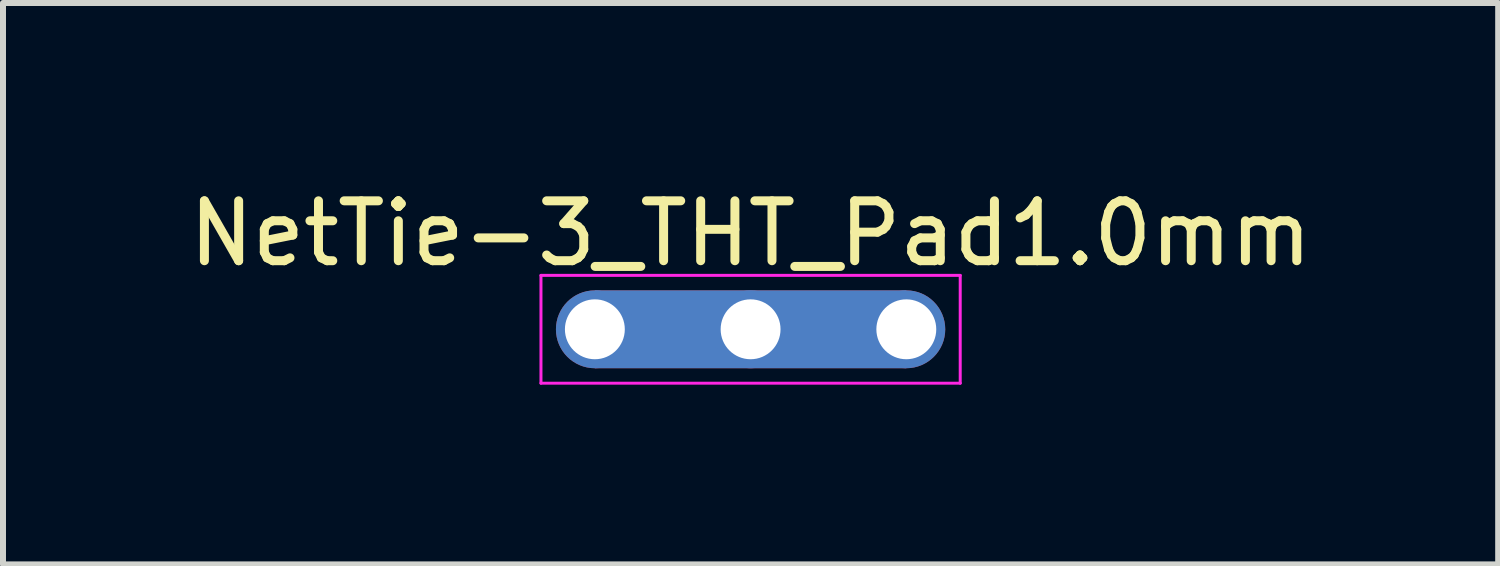
<source format=kicad_pcb>
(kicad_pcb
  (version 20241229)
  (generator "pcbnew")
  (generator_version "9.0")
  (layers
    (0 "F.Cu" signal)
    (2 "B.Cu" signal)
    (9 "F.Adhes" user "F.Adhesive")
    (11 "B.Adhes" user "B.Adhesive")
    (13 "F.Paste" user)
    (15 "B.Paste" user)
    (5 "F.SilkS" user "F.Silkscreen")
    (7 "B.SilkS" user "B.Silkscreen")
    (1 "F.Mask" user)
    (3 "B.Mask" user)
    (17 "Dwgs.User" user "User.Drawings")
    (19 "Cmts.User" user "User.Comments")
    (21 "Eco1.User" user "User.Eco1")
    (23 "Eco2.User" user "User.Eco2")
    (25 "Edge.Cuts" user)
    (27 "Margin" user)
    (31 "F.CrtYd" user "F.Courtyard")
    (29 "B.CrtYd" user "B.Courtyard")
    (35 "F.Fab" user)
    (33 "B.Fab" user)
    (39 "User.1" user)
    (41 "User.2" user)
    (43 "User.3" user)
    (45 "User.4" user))
  (footprint "NetTie-3_THT_Pad1.0mm"
    (layer "F.Cu")
    (at 6.882 2.448)
    (property "Reference" "NetTie-3_THT_Pad1.0mm" (at 2.6 -1.6 0) (layer "F.SilkS") (effects (font (size 1 1) (thickness 0.15))))
    (attr exclude_from_pos_files exclude_from_bom)
    (fp_poly (pts (xy 0 -0.65) (xy 5.2 -0.65) (xy 5.2 0.65) (xy 0 0.65)) (stroke (width 0) (type solid)) (fill yes) (layer "F.Cu"))
    (fp_poly (pts (xy 0 -0.65) (xy 5.2 -0.65) (xy 5.2 0.65) (xy 0 0.65)) (stroke (width 0) (type solid)) (fill yes) (layer "B.Cu"))
    (fp_line (start -0.9 -0.9) (end 6.1 -0.9) (stroke (width 0.05) (type solid)) (layer "F.CrtYd"))
    (fp_line (start -0.9 0.9) (end -0.9 -0.9) (stroke (width 0.05) (type solid)) (layer "F.CrtYd"))
    (fp_line (start 6.1 -0.9) (end 6.1 0.9) (stroke (width 0.05) (type solid)) (layer "F.CrtYd"))
    (fp_line (start 6.1 0.9) (end -0.9 0.9) (stroke (width 0.05) (type solid)) (layer "F.CrtYd"))
    (pad "1" thru_hole circle (at 0 0) (size 1.3 1.3) (drill 1) (layers "*.Cu"))
    (pad "2" thru_hole circle (at 2.6 0) (size 1.3 1.3) (drill 1) (layers "*.Cu"))
    (pad "3" thru_hole circle (at 5.2 0) (size 1.3 1.3) (drill 1) (layers "*.Cu")))
  (gr_rect
    (start -3 -3)
    (end 21.964 6.373)
    (stroke (width 0.1) (type default))
    (fill no)
    (layer "Edge.Cuts")))
</source>
